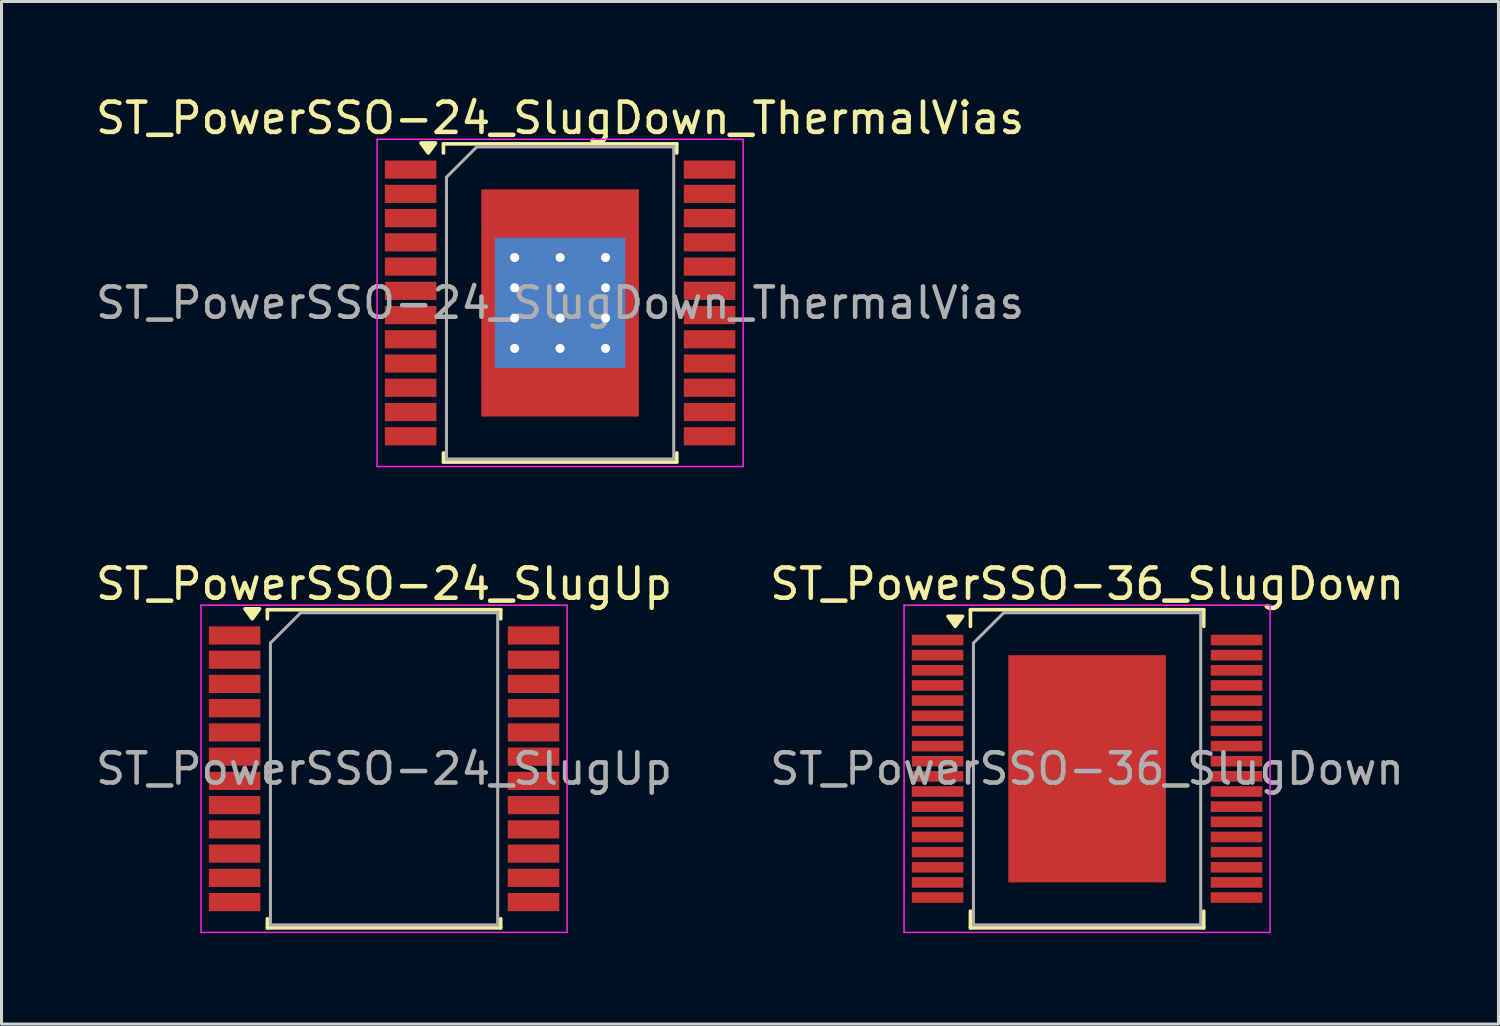
<source format=kicad_pcb>
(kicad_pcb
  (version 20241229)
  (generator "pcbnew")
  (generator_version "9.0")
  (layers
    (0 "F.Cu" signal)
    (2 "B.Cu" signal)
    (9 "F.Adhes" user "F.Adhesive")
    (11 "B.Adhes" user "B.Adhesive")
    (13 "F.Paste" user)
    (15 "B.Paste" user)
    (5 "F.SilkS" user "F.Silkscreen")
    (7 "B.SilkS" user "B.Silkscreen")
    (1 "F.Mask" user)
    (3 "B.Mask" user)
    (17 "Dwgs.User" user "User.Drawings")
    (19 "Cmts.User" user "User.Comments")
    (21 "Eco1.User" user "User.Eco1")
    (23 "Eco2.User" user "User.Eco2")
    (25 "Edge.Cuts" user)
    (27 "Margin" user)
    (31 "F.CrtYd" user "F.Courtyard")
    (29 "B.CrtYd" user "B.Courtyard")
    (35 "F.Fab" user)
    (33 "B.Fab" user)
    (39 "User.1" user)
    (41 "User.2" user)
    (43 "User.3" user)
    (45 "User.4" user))
  (footprint "ST_PowerSSO-36_SlugDown"
    (layer "F.Cu")
    (at 32.827 22.322)
    (property "Reference" "ST_PowerSSO-36_SlugDown" (at 0 -6.1 0) (layer "F.SilkS") (effects (font (size 1 1) (thickness 0.15))))
    (attr smd)
    (fp_line (start -3.85 -5.25) (end -3.85 -4.7) (stroke (width 0.12) (type solid)) (layer "F.SilkS"))
    (fp_line (start -3.85 5.25) (end -3.85 4.7) (stroke (width 0.12) (type solid)) (layer "F.SilkS"))
    (fp_line (start 3.85 -5.25) (end -3.85 -5.25) (stroke (width 0.12) (type solid)) (layer "F.SilkS"))
    (fp_line (start 3.85 -5.25) (end 3.85 -4.7) (stroke (width 0.12) (type solid)) (layer "F.SilkS"))
    (fp_line (start 3.85 5.25) (end -3.85 5.25) (stroke (width 0.12) (type solid)) (layer "F.SilkS"))
    (fp_line (start 3.85 5.25) (end 3.85 4.7) (stroke (width 0.12) (type solid)) (layer "F.SilkS"))
    (fp_poly (pts (xy -4.35 -4.7) (xy -4.59 -5.03) (xy -4.11 -5.03) (xy -4.35 -4.7)) (stroke (width 0.12) (type solid)) (fill yes) (layer "F.SilkS"))
    (fp_line (start -6.04 -5.4) (end -6.04 5.4) (stroke (width 0.05) (type solid)) (layer "F.CrtYd"))
    (fp_line (start -6.04 -5.4) (end 6.04 -5.4) (stroke (width 0.05) (type solid)) (layer "F.CrtYd"))
    (fp_line (start 6.04 5.4) (end -6.04 5.4) (stroke (width 0.05) (type solid)) (layer "F.CrtYd"))
    (fp_line (start 6.04 5.4) (end 6.04 -5.4) (stroke (width 0.05) (type solid)) (layer "F.CrtYd"))
    (fp_line (start -3.75 -4.15) (end -3.75 5.15) (stroke (width 0.1) (type solid)) (layer "F.Fab"))
    (fp_line (start -3.75 5.15) (end 3.75 5.15) (stroke (width 0.1) (type solid)) (layer "F.Fab"))
    (fp_line (start -2.75 -5.15) (end -3.75 -4.15) (stroke (width 0.1) (type solid)) (layer "F.Fab"))
    (fp_line (start 3.75 -5.15) (end -2.75 -5.15) (stroke (width 0.1) (type solid)) (layer "F.Fab"))
    (fp_line (start 3.75 5.15) (end 3.75 -5.15) (stroke (width 0.1) (type solid)) (layer "F.Fab"))
    (fp_text user "${REFERENCE}" (at 0 0 0) (layer "F.Fab") (effects (font (size 1 1) (thickness 0.15))))
    (pad "1" smd rect (at -4.933 -4.25) (size 1.7 0.35) (layers "F.Cu" "F.Mask" "F.Paste"))
    (pad "2" smd rect (at -4.933 -3.75) (size 1.7 0.35) (layers "F.Cu" "F.Mask" "F.Paste"))
    (pad "3" smd rect (at -4.933 -3.25) (size 1.7 0.35) (layers "F.Cu" "F.Mask" "F.Paste"))
    (pad "4" smd rect (at -4.933 -2.75) (size 1.7 0.35) (layers "F.Cu" "F.Mask" "F.Paste"))
    (pad "5" smd rect (at -4.933 -2.25) (size 1.7 0.35) (layers "F.Cu" "F.Mask" "F.Paste"))
    (pad "6" smd rect (at -4.933 -1.75) (size 1.7 0.35) (layers "F.Cu" "F.Mask" "F.Paste"))
    (pad "7" smd rect (at -4.933 -1.25) (size 1.7 0.35) (layers "F.Cu" "F.Mask" "F.Paste"))
    (pad "8" smd rect (at -4.933 -0.75) (size 1.7 0.35) (layers "F.Cu" "F.Mask" "F.Paste"))
    (pad "9" smd rect (at -4.933 -0.25) (size 1.7 0.35) (layers "F.Cu" "F.Mask" "F.Paste"))
    (pad "10" smd rect (at -4.933 0.25) (size 1.7 0.35) (layers "F.Cu" "F.Mask" "F.Paste"))
    (pad "11" smd rect (at -4.933 0.75) (size 1.7 0.35) (layers "F.Cu" "F.Mask" "F.Paste"))
    (pad "12" smd rect (at -4.933 1.25) (size 1.7 0.35) (layers "F.Cu" "F.Mask" "F.Paste"))
    (pad "13" smd rect (at -4.933 1.75) (size 1.7 0.35) (layers "F.Cu" "F.Mask" "F.Paste"))
    (pad "14" smd rect (at -4.933 2.25) (size 1.7 0.35) (layers "F.Cu" "F.Mask" "F.Paste"))
    (pad "15" smd rect (at -4.933 2.75) (size 1.7 0.35) (layers "F.Cu" "F.Mask" "F.Paste"))
    (pad "16" smd rect (at -4.933 3.25) (size 1.7 0.35) (layers "F.Cu" "F.Mask" "F.Paste"))
    (pad "17" smd rect (at -4.933 3.75) (size 1.7 0.35) (layers "F.Cu" "F.Mask" "F.Paste"))
    (pad "18" smd rect (at -4.933 4.25) (size 1.7 0.35) (layers "F.Cu" "F.Mask" "F.Paste"))
    (pad "19" smd rect (at 4.933 4.25) (size 1.7 0.35) (layers "F.Cu" "F.Mask" "F.Paste"))
    (pad "20" smd rect (at 4.933 3.75) (size 1.7 0.35) (layers "F.Cu" "F.Mask" "F.Paste"))
    (pad "21" smd rect (at 4.933 3.25) (size 1.7 0.35) (layers "F.Cu" "F.Mask" "F.Paste"))
    (pad "22" smd rect (at 4.933 2.75) (size 1.7 0.35) (layers "F.Cu" "F.Mask" "F.Paste"))
    (pad "23" smd rect (at 4.933 2.25) (size 1.7 0.35) (layers "F.Cu" "F.Mask" "F.Paste"))
    (pad "24" smd rect (at 4.933 1.75) (size 1.7 0.35) (layers "F.Cu" "F.Mask" "F.Paste"))
    (pad "25" smd rect (at 4.933 1.25) (size 1.7 0.35) (layers "F.Cu" "F.Mask" "F.Paste"))
    (pad "26" smd rect (at 4.933 0.75) (size 1.7 0.35) (layers "F.Cu" "F.Mask" "F.Paste"))
    (pad "27" smd rect (at 4.933 0.25) (size 1.7 0.35) (layers "F.Cu" "F.Mask" "F.Paste"))
    (pad "28" smd rect (at 4.933 -0.25) (size 1.7 0.35) (layers "F.Cu" "F.Mask" "F.Paste"))
    (pad "29" smd rect (at 4.933 -0.75) (size 1.7 0.35) (layers "F.Cu" "F.Mask" "F.Paste"))
    (pad "30" smd rect (at 4.933 -1.25) (size 1.7 0.35) (layers "F.Cu" "F.Mask" "F.Paste"))
    (pad "31" smd rect (at 4.933 -1.75) (size 1.7 0.35) (layers "F.Cu" "F.Mask" "F.Paste"))
    (pad "32" smd rect (at 4.933 -2.25) (size 1.7 0.35) (layers "F.Cu" "F.Mask" "F.Paste"))
    (pad "33" smd rect (at 4.933 -2.75) (size 1.7 0.35) (layers "F.Cu" "F.Mask" "F.Paste"))
    (pad "34" smd rect (at 4.933 -3.25) (size 1.7 0.35) (layers "F.Cu" "F.Mask" "F.Paste"))
    (pad "35" smd rect (at 4.933 -3.75) (size 1.7 0.35) (layers "F.Cu" "F.Mask" "F.Paste"))
    (pad "36" smd rect (at 4.933 -4.25) (size 1.7 0.35) (layers "F.Cu" "F.Mask" "F.Paste"))
    (pad "37" smd rect (at 0 0) (size 5.2 7.5) (layers "F.Cu" "F.Mask" "F.Paste")))
  (footprint "ST_PowerSSO-24_SlugDown_ThermalVias"
    (layer "F.Cu")
    (at 15.435 6.948)
    (property "Reference" "ST_PowerSSO-24_SlugDown_ThermalVias" (at 0 -6.1 0) (layer "F.SilkS") (effects (font (size 1 1) (thickness 0.15))))
    (attr smd)
    (fp_line (start -3.85 -5.25) (end -3.85 -4.95) (stroke (width 0.12) (type solid)) (layer "F.SilkS"))
    (fp_line (start -3.85 5.25) (end -3.85 4.95) (stroke (width 0.12) (type solid)) (layer "F.SilkS"))
    (fp_line (start 3.85 -5.25) (end -3.85 -5.25) (stroke (width 0.12) (type solid)) (layer "F.SilkS"))
    (fp_line (start 3.85 -5.25) (end 3.85 -4.95) (stroke (width 0.12) (type solid)) (layer "F.SilkS"))
    (fp_line (start 3.85 5.25) (end -3.85 5.25) (stroke (width 0.12) (type solid)) (layer "F.SilkS"))
    (fp_line (start 3.85 5.25) (end 3.85 4.95) (stroke (width 0.12) (type solid)) (layer "F.SilkS"))
    (fp_poly (pts (xy -4.35 -4.95) (xy -4.59 -5.28) (xy -4.11 -5.28) (xy -4.35 -4.95)) (stroke (width 0.12) (type solid)) (fill yes) (layer "F.SilkS"))
    (fp_line (start -6.04 -5.4) (end -6.04 5.4) (stroke (width 0.05) (type solid)) (layer "F.CrtYd"))
    (fp_line (start -6.04 -5.4) (end 6.04 -5.4) (stroke (width 0.05) (type solid)) (layer "F.CrtYd"))
    (fp_line (start 6.04 5.4) (end -6.04 5.4) (stroke (width 0.05) (type solid)) (layer "F.CrtYd"))
    (fp_line (start 6.04 5.4) (end 6.04 -5.4) (stroke (width 0.05) (type solid)) (layer "F.CrtYd"))
    (fp_line (start -3.75 -4.15) (end -3.75 5.15) (stroke (width 0.1) (type solid)) (layer "F.Fab"))
    (fp_line (start -3.75 5.15) (end 3.75 5.15) (stroke (width 0.1) (type solid)) (layer "F.Fab"))
    (fp_line (start -2.75 -5.15) (end -3.75 -4.15) (stroke (width 0.1) (type solid)) (layer "F.Fab"))
    (fp_line (start 3.75 -5.15) (end -2.75 -5.15) (stroke (width 0.1) (type solid)) (layer "F.Fab"))
    (fp_line (start 3.75 5.15) (end 3.75 -5.15) (stroke (width 0.1) (type solid)) (layer "F.Fab"))
    (fp_text user "${REFERENCE}" (at 0 0 0) (layer "F.Fab") (effects (font (size 1 1) (thickness 0.15))))
    (pad "1" smd rect (at -4.933 -4.4) (size 1.7 0.6) (layers "F.Cu" "F.Mask" "F.Paste"))
    (pad "2" smd rect (at -4.933 -3.6) (size 1.7 0.6) (layers "F.Cu" "F.Mask" "F.Paste"))
    (pad "3" smd rect (at -4.933 -2.8) (size 1.7 0.6) (layers "F.Cu" "F.Mask" "F.Paste"))
    (pad "4" smd rect (at -4.933 -2) (size 1.7 0.6) (layers "F.Cu" "F.Mask" "F.Paste"))
    (pad "5" smd rect (at -4.933 -1.2) (size 1.7 0.6) (layers "F.Cu" "F.Mask" "F.Paste"))
    (pad "6" smd rect (at -4.933 -0.4) (size 1.7 0.6) (layers "F.Cu" "F.Mask" "F.Paste"))
    (pad "7" smd rect (at -4.933 0.4) (size 1.7 0.6) (layers "F.Cu" "F.Mask" "F.Paste"))
    (pad "8" smd rect (at -4.933 1.2) (size 1.7 0.6) (layers "F.Cu" "F.Mask" "F.Paste"))
    (pad "9" smd rect (at -4.933 2) (size 1.7 0.6) (layers "F.Cu" "F.Mask" "F.Paste"))
    (pad "10" smd rect (at -4.933 2.8) (size 1.7 0.6) (layers "F.Cu" "F.Mask" "F.Paste"))
    (pad "11" smd rect (at -4.933 3.6) (size 1.7 0.6) (layers "F.Cu" "F.Mask" "F.Paste"))
    (pad "12" smd rect (at -4.933 4.4) (size 1.7 0.6) (layers "F.Cu" "F.Mask" "F.Paste"))
    (pad "13" smd rect (at 4.933 4.4) (size 1.7 0.6) (layers "F.Cu" "F.Mask" "F.Paste"))
    (pad "14" smd rect (at 4.933 3.6) (size 1.7 0.6) (layers "F.Cu" "F.Mask" "F.Paste"))
    (pad "15" smd rect (at 4.933 2.8) (size 1.7 0.6) (layers "F.Cu" "F.Mask" "F.Paste"))
    (pad "16" smd rect (at 4.933 2) (size 1.7 0.6) (layers "F.Cu" "F.Mask" "F.Paste"))
    (pad "17" smd rect (at 4.933 1.2) (size 1.7 0.6) (layers "F.Cu" "F.Mask" "F.Paste"))
    (pad "18" smd rect (at 4.933 0.4) (size 1.7 0.6) (layers "F.Cu" "F.Mask" "F.Paste"))
    (pad "19" smd rect (at 4.933 -0.4) (size 1.7 0.6) (layers "F.Cu" "F.Mask" "F.Paste"))
    (pad "20" smd rect (at 4.933 -1.2) (size 1.7 0.6) (layers "F.Cu" "F.Mask" "F.Paste"))
    (pad "21" smd rect (at 4.933 -2) (size 1.7 0.6) (layers "F.Cu" "F.Mask" "F.Paste"))
    (pad "22" smd rect (at 4.933 -2.8) (size 1.7 0.6) (layers "F.Cu" "F.Mask" "F.Paste"))
    (pad "23" smd rect (at 4.933 -3.6) (size 1.7 0.6) (layers "F.Cu" "F.Mask" "F.Paste"))
    (pad "24" smd rect (at 4.933 -4.4) (size 1.7 0.6) (layers "F.Cu" "F.Mask" "F.Paste"))
    (pad "25" thru_hole circle (at -1.5 -1.5) (size 0.7 0.7) (drill 0.3) (layers "*.Cu"))
    (pad "25" thru_hole circle (at -1.5 -0.5) (size 0.7 0.7) (drill 0.3) (layers "*.Cu"))
    (pad "25" thru_hole circle (at -1.5 0.5) (size 0.7 0.7) (drill 0.3) (layers "*.Cu"))
    (pad "25" thru_hole circle (at -1.5 1.5) (size 0.7 0.7) (drill 0.3) (layers "*.Cu"))
    (pad "25" thru_hole circle (at 0 -1.5) (size 0.7 0.7) (drill 0.3) (layers "*.Cu"))
    (pad "25" thru_hole circle (at 0 -0.5) (size 0.7 0.7) (drill 0.3) (layers "*.Cu"))
    (pad "25" smd rect (at 0 0) (size 4.3 4.3) (layers "B.Cu"))
    (pad "25" smd rect (at 0 0) (size 5.2 7.5) (layers "F.Cu" "F.Mask" "F.Paste"))
    (pad "25" thru_hole circle (at 0 0.5) (size 0.7 0.7) (drill 0.3) (layers "*.Cu"))
    (pad "25" thru_hole circle (at 0 1.5) (size 0.7 0.7) (drill 0.3) (layers "*.Cu"))
    (pad "25" thru_hole circle (at 1.5 -1.5) (size 0.7 0.7) (drill 0.3) (layers "*.Cu"))
    (pad "25" thru_hole circle (at 1.5 -0.5) (size 0.7 0.7) (drill 0.3) (layers "*.Cu"))
    (pad "25" thru_hole circle (at 1.5 0.5) (size 0.7 0.7) (drill 0.3) (layers "*.Cu"))
    (pad "25" thru_hole circle (at 1.5 1.5) (size 0.7 0.7) (drill 0.3) (layers "*.Cu")))
  (footprint "ST_PowerSSO-24_SlugUp"
    (layer "F.Cu")
    (at 9.625 22.322)
    (property "Reference" "ST_PowerSSO-24_SlugUp" (at 0 -6.1 0) (layer "F.SilkS") (effects (font (size 1 1) (thickness 0.15))))
    (attr smd)
    (fp_line (start -3.85 -5.25) (end -3.85 -4.95) (stroke (width 0.12) (type solid)) (layer "F.SilkS"))
    (fp_line (start -3.85 5.25) (end -3.85 4.95) (stroke (width 0.12) (type solid)) (layer "F.SilkS"))
    (fp_line (start 3.85 -5.25) (end -3.85 -5.25) (stroke (width 0.12) (type solid)) (layer "F.SilkS"))
    (fp_line (start 3.85 -5.25) (end 3.85 -4.95) (stroke (width 0.12) (type solid)) (layer "F.SilkS"))
    (fp_line (start 3.85 5.25) (end -3.85 5.25) (stroke (width 0.12) (type solid)) (layer "F.SilkS"))
    (fp_line (start 3.85 5.25) (end 3.85 4.95) (stroke (width 0.12) (type solid)) (layer "F.SilkS"))
    (fp_poly (pts (xy -4.35 -4.95) (xy -4.59 -5.28) (xy -4.11 -5.28) (xy -4.35 -4.95)) (stroke (width 0.12) (type solid)) (fill yes) (layer "F.SilkS"))
    (fp_line (start -6.04 -5.4) (end -6.04 5.4) (stroke (width 0.05) (type solid)) (layer "F.CrtYd"))
    (fp_line (start -6.04 -5.4) (end 6.04 -5.4) (stroke (width 0.05) (type solid)) (layer "F.CrtYd"))
    (fp_line (start 6.04 5.4) (end -6.04 5.4) (stroke (width 0.05) (type solid)) (layer "F.CrtYd"))
    (fp_line (start 6.04 5.4) (end 6.04 -5.4) (stroke (width 0.05) (type solid)) (layer "F.CrtYd"))
    (fp_line (start -3.75 -4.15) (end -3.75 5.15) (stroke (width 0.1) (type solid)) (layer "F.Fab"))
    (fp_line (start -3.75 5.15) (end 3.75 5.15) (stroke (width 0.1) (type solid)) (layer "F.Fab"))
    (fp_line (start -2.75 -5.15) (end -3.75 -4.15) (stroke (width 0.1) (type solid)) (layer "F.Fab"))
    (fp_line (start 3.75 -5.15) (end -2.75 -5.15) (stroke (width 0.1) (type solid)) (layer "F.Fab"))
    (fp_line (start 3.75 5.15) (end 3.75 -5.15) (stroke (width 0.1) (type solid)) (layer "F.Fab"))
    (fp_text user "${REFERENCE}" (at 0 0 0) (layer "F.Fab") (effects (font (size 1 1) (thickness 0.15))))
    (pad "1" smd rect (at -4.933 -4.4) (size 1.7 0.6) (layers "F.Cu" "F.Mask" "F.Paste"))
    (pad "2" smd rect (at -4.933 -3.6) (size 1.7 0.6) (layers "F.Cu" "F.Mask" "F.Paste"))
    (pad "3" smd rect (at -4.933 -2.8) (size 1.7 0.6) (layers "F.Cu" "F.Mask" "F.Paste"))
    (pad "4" smd rect (at -4.933 -2) (size 1.7 0.6) (layers "F.Cu" "F.Mask" "F.Paste"))
    (pad "5" smd rect (at -4.933 -1.2) (size 1.7 0.6) (layers "F.Cu" "F.Mask" "F.Paste"))
    (pad "6" smd rect (at -4.933 -0.4) (size 1.7 0.6) (layers "F.Cu" "F.Mask" "F.Paste"))
    (pad "7" smd rect (at -4.933 0.4) (size 1.7 0.6) (layers "F.Cu" "F.Mask" "F.Paste"))
    (pad "8" smd rect (at -4.933 1.2) (size 1.7 0.6) (layers "F.Cu" "F.Mask" "F.Paste"))
    (pad "9" smd rect (at -4.933 2) (size 1.7 0.6) (layers "F.Cu" "F.Mask" "F.Paste"))
    (pad "10" smd rect (at -4.933 2.8) (size 1.7 0.6) (layers "F.Cu" "F.Mask" "F.Paste"))
    (pad "11" smd rect (at -4.933 3.6) (size 1.7 0.6) (layers "F.Cu" "F.Mask" "F.Paste"))
    (pad "12" smd rect (at -4.933 4.4) (size 1.7 0.6) (layers "F.Cu" "F.Mask" "F.Paste"))
    (pad "13" smd rect (at 4.933 4.4) (size 1.7 0.6) (layers "F.Cu" "F.Mask" "F.Paste"))
    (pad "14" smd rect (at 4.933 3.6) (size 1.7 0.6) (layers "F.Cu" "F.Mask" "F.Paste"))
    (pad "15" smd rect (at 4.933 2.8) (size 1.7 0.6) (layers "F.Cu" "F.Mask" "F.Paste"))
    (pad "16" smd rect (at 4.933 2) (size 1.7 0.6) (layers "F.Cu" "F.Mask" "F.Paste"))
    (pad "17" smd rect (at 4.933 1.2) (size 1.7 0.6) (layers "F.Cu" "F.Mask" "F.Paste"))
    (pad "18" smd rect (at 4.933 0.4) (size 1.7 0.6) (layers "F.Cu" "F.Mask" "F.Paste"))
    (pad "19" smd rect (at 4.933 -0.4) (size 1.7 0.6) (layers "F.Cu" "F.Mask" "F.Paste"))
    (pad "20" smd rect (at 4.933 -1.2) (size 1.7 0.6) (layers "F.Cu" "F.Mask" "F.Paste"))
    (pad "21" smd rect (at 4.933 -2) (size 1.7 0.6) (layers "F.Cu" "F.Mask" "F.Paste"))
    (pad "22" smd rect (at 4.933 -2.8) (size 1.7 0.6) (layers "F.Cu" "F.Mask" "F.Paste"))
    (pad "23" smd rect (at 4.933 -3.6) (size 1.7 0.6) (layers "F.Cu" "F.Mask" "F.Paste"))
    (pad "24" smd rect (at 4.933 -4.4) (size 1.7 0.6) (layers "F.Cu" "F.Mask" "F.Paste")))
  (gr_rect
    (start -3 -3)
    (end 46.405 30.747)
    (stroke (width 0.1) (type default))
    (fill no)
    (layer "Edge.Cuts")))
</source>
